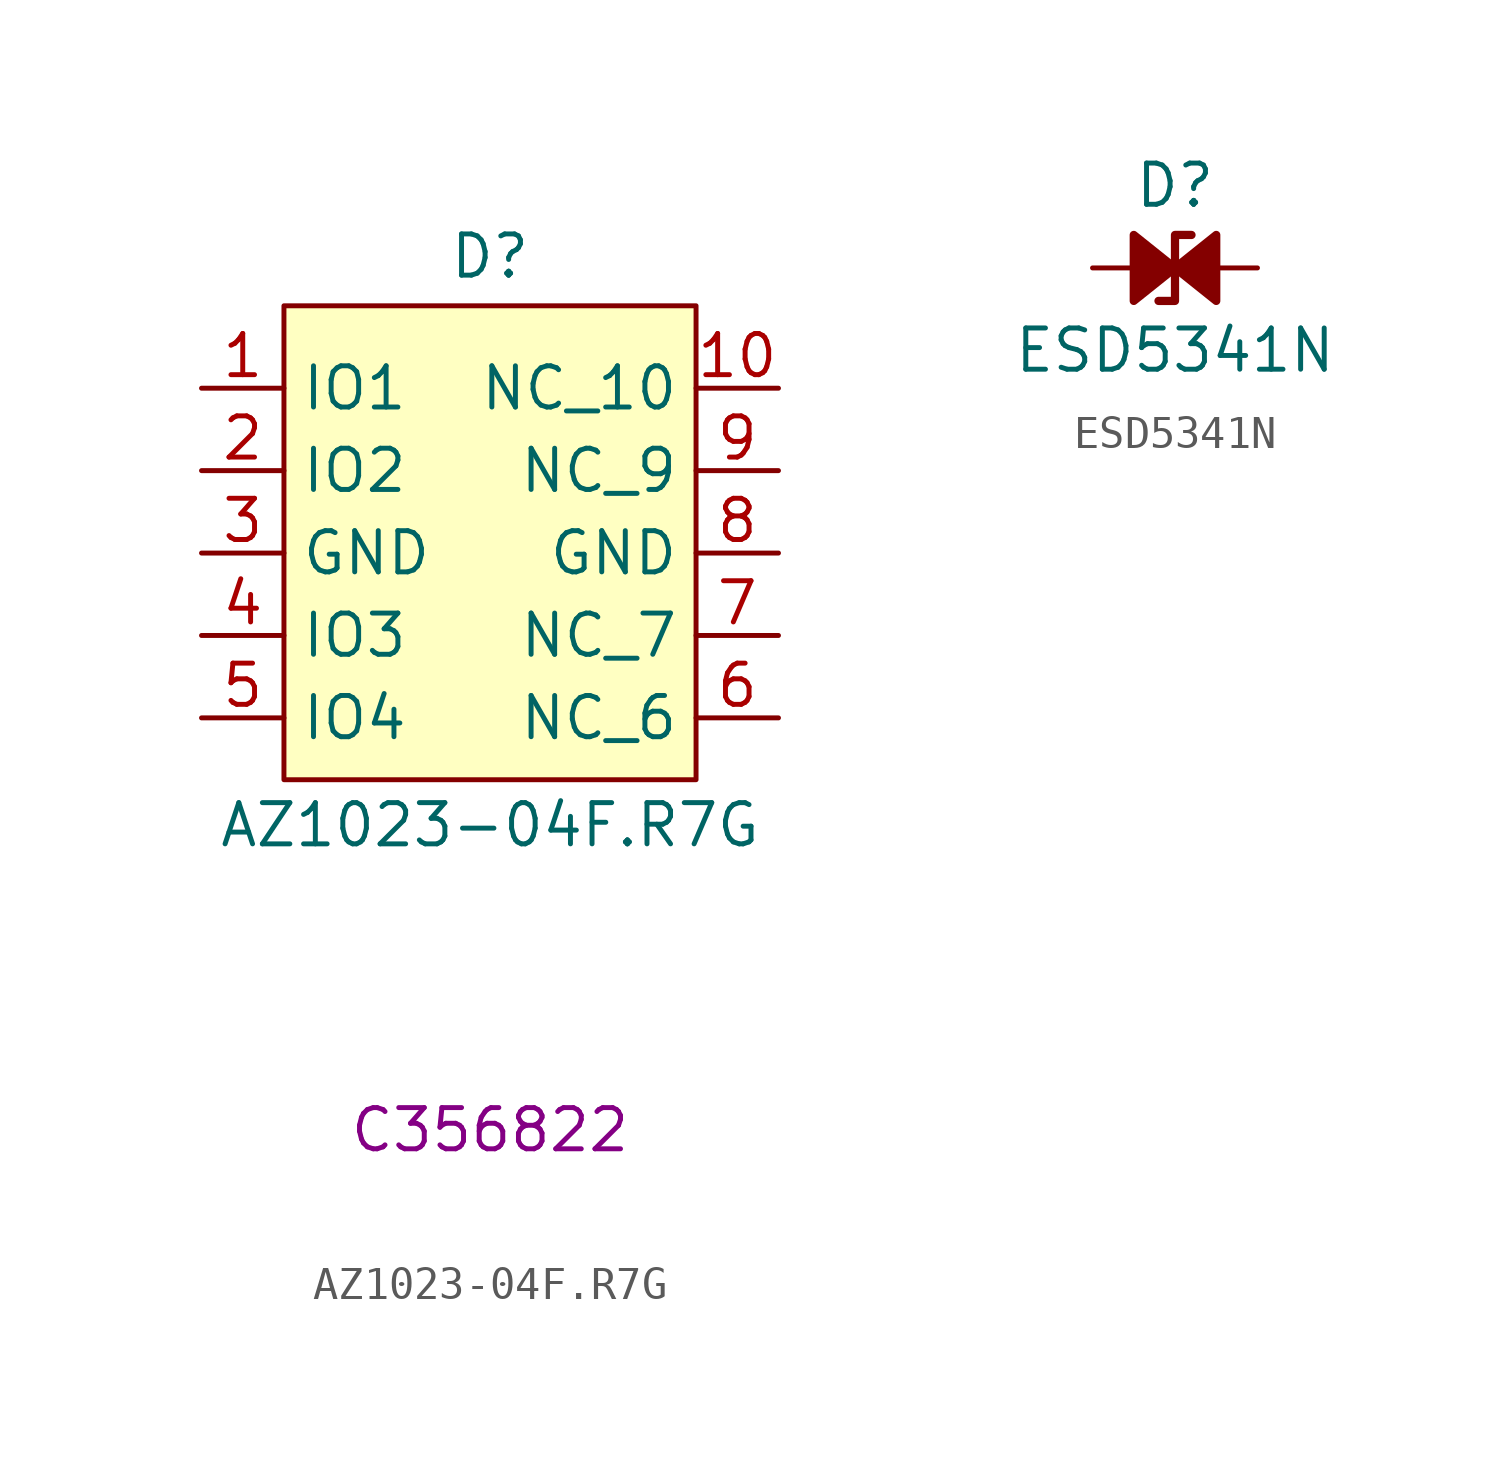
<source format=kicad_sym>
(kicad_symbol_lib
  (version 20241209)
  (generator "kicad_symbol_editor")
  (generator_version "9.0")
  (symbol "AZ1023-04F.R7G"
    (property "Reference" "D"
      (at 0 9.144 0)
      (effects (font (size 1.27 1.27))))
    (property "Value" "AZ1023-04F.R7G"
      (at 0 -8.382 0)
      (effects (font (size 1.27 1.27))))
    (property "LCSC Part" "C356822"
      (at 0 -17.78 0)
      (effects (font (size 1.27 1.27))))
    (symbol "AZ1023-04F.R7G_0_1"
      (rectangle (start -6.35 7.62) (end 6.35 -6.985) (stroke (width 0) (type default)) (fill (type background)))
      (pin unspecified line (at -8.89 0 0) (length 2.54) (name "GND" (effects (font (size 1.27 1.27)))) (number "3" (effects (font (size 1.27 1.27)))))
      (pin unspecified line (at 8.89 0 180) (length 2.54) (name "GND" (effects (font (size 1.27 1.27)))) (number "8" (effects (font (size 1.27 1.27))))))
    (symbol "AZ1023-04F.R7G_1_1"
      (pin unspecified line (at -8.89 5.08 0) (length 2.54) (name "IO1" (effects (font (size 1.27 1.27)))) (number "1" (effects (font (size 1.27 1.27)))))
      (pin unspecified line (at -8.89 2.54 0) (length 2.54) (name "IO2" (effects (font (size 1.27 1.27)))) (number "2" (effects (font (size 1.27 1.27)))))
      (pin unspecified line (at -8.89 -2.54 0) (length 2.54) (name "IO3" (effects (font (size 1.27 1.27)))) (number "4" (effects (font (size 1.27 1.27)))))
      (pin unspecified line (at -8.89 -5.08 0) (length 2.54) (name "IO4" (effects (font (size 1.27 1.27)))) (number "5" (effects (font (size 1.27 1.27)))))
      (pin unspecified line (at 8.89 5.08 180) (length 2.54) (name "NC_10" (effects (font (size 1.27 1.27)))) (number "10" (effects (font (size 1.27 1.27)))))
      (pin unspecified line (at 8.89 2.54 180) (length 2.54) (name "NC_9" (effects (font (size 1.27 1.27)))) (number "9" (effects (font (size 1.27 1.27)))))
      (pin unspecified line (at 8.89 -2.54 180) (length 2.54) (name "NC_7" (effects (font (size 1.27 1.27)))) (number "7" (effects (font (size 1.27 1.27)))))
      (pin unspecified line (at 8.89 -5.08 180) (length 2.54) (name "NC_6" (effects (font (size 1.27 1.27)))) (number "6" (effects (font (size 1.27 1.27)))))))
  (symbol "ESD5341N"
    (pin_numbers
      (hide yes))
    (pin_names
      (offset 1.016)
      (hide yes))
    (property "Reference" "D"
      (at 0 2.54 0)
      (effects (font (size 1.27 1.27))))
    (property "Value" "ESD5341N"
      (at 0 -2.54 0)
      (effects (font (size 1.27 1.27))))
    (symbol "ESD5341N_0_1"
      (polyline (pts (xy -1.27 0) (xy 1.27 0)) (stroke (width 0) (type default)) (fill (type none)))
      (polyline (pts (xy 0.508 1.016) (xy 0 1.016) (xy 0 -1.016) (xy -0.508 -1.016)) (stroke (width 0.254) (type default)) (fill (type none))))
    (symbol "ESD5341N_1_1"
      (polyline (pts (xy -1.27 1.016) (xy -1.27 -1.016) (xy 0 0) (xy -1.27 1.016)) (stroke (width 0.254) (type default)) (fill (type outline)))
      (polyline (pts (xy 0 0) (xy 1.27 1.016) (xy 1.27 -1.016) (xy 0 0)) (stroke (width 0.254) (type default)) (fill (type outline)))
      (pin passive line (at -2.54 0 0) (length 1.27) (name "A1" (effects (font (size 1.27 1.27)))) (number "1" (effects (font (size 1.27 1.27)))))
      (pin passive line (at 2.54 0 180) (length 1.27) (name "A2" (effects (font (size 1.27 1.27)))) (number "2" (effects (font (size 1.27 1.27))))))))
</source>
